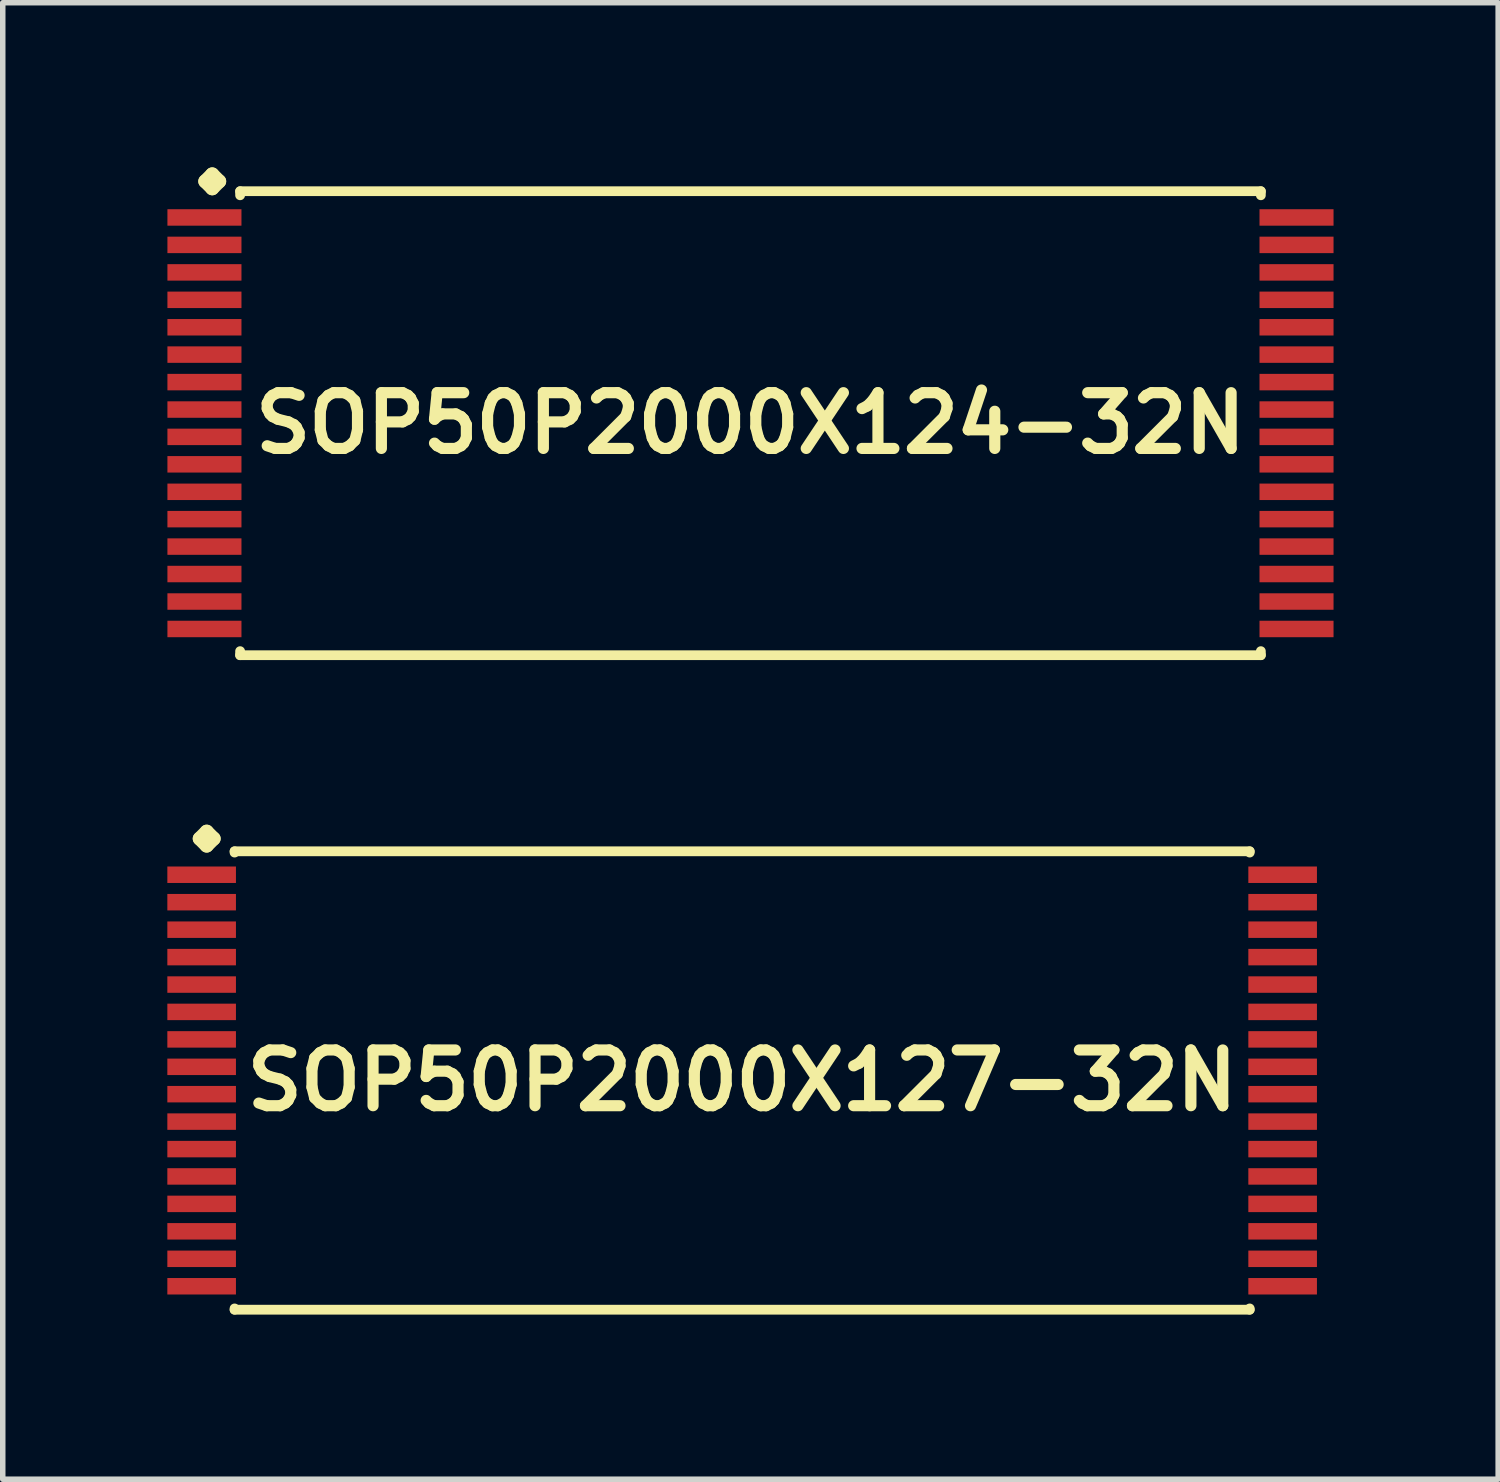
<source format=kicad_pcb>
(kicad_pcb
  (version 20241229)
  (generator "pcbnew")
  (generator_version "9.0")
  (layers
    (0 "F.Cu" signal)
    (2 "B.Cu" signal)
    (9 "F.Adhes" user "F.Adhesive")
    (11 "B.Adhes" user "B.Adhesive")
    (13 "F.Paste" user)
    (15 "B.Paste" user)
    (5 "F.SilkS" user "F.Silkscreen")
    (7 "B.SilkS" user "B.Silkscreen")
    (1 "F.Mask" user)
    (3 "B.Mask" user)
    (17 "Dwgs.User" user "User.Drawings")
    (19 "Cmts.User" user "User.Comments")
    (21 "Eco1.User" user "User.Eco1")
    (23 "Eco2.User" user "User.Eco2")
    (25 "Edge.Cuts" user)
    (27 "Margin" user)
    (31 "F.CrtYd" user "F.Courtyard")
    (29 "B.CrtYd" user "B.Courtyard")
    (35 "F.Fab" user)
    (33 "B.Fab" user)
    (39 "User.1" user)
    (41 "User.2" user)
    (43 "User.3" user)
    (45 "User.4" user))
  (footprint "SOP50P2000X127-32N"
    (layer "F.Cu")
    (at 10.472 16.637)
    (property "Reference" "SOP50P2000X127-32N" (at 0 0 0) (layer "F.SilkS") (effects (font (size 1.016 1.016) (thickness 0.203))))
    (attr smd)
    (fp_line (start -9.883 -4.407) (end -9.756 -4.534) (stroke (width 0.254) (type solid)) (layer "F.SilkS"))
    (fp_line (start -9.756 -4.534) (end -9.629 -4.407) (stroke (width 0.254) (type solid)) (layer "F.SilkS"))
    (fp_line (start -9.756 -4.28) (end -9.883 -4.407) (stroke (width 0.254) (type solid)) (layer "F.SilkS"))
    (fp_line (start -9.629 -4.407) (end -9.756 -4.28) (stroke (width 0.254) (type solid)) (layer "F.SilkS"))
    (fp_line (start -9.248 -4.176) (end 9.248 -4.176) (stroke (width 0.178) (type solid)) (layer "F.SilkS"))
    (fp_line (start -9.248 -4.153) (end -9.248 -4.176) (stroke (width 0.178) (type solid)) (layer "F.SilkS"))
    (fp_line (start -9.248 4.153) (end -9.248 4.176) (stroke (width 0.178) (type solid)) (layer "F.SilkS"))
    (fp_line (start -9.248 4.176) (end 9.248 4.176) (stroke (width 0.178) (type solid)) (layer "F.SilkS"))
    (fp_line (start 9.248 -4.176) (end 9.248 -4.153) (stroke (width 0.178) (type solid)) (layer "F.SilkS"))
    (fp_line (start 9.248 4.176) (end 9.248 4.153) (stroke (width 0.178) (type solid)) (layer "F.SilkS"))
    (pad "1" smd rect (at -9.848 -3.749) (size 1.25 0.3) (layers "F.Cu" "F.Mask" "F.Paste"))
    (pad "2" smd rect (at -9.848 -3.249) (size 1.25 0.3) (layers "F.Cu" "F.Mask" "F.Paste"))
    (pad "3" smd rect (at -9.848 -2.748) (size 1.25 0.3) (layers "F.Cu" "F.Mask" "F.Paste"))
    (pad "4" smd rect (at -9.848 -2.248) (size 1.25 0.3) (layers "F.Cu" "F.Mask" "F.Paste"))
    (pad "5" smd rect (at -9.848 -1.748) (size 1.25 0.3) (layers "F.Cu" "F.Mask" "F.Paste"))
    (pad "6" smd rect (at -9.848 -1.25) (size 1.25 0.3) (layers "F.Cu" "F.Mask" "F.Paste"))
    (pad "7" smd rect (at -9.848 -0.749) (size 1.25 0.3) (layers "F.Cu" "F.Mask" "F.Paste"))
    (pad "8" smd rect (at -9.848 -0.249) (size 1.25 0.3) (layers "F.Cu" "F.Mask" "F.Paste"))
    (pad "9" smd rect (at -9.848 0.249) (size 1.25 0.3) (layers "F.Cu" "F.Mask" "F.Paste"))
    (pad "10" smd rect (at -9.848 0.749) (size 1.25 0.3) (layers "F.Cu" "F.Mask" "F.Paste"))
    (pad "11" smd rect (at -9.848 1.25) (size 1.25 0.3) (layers "F.Cu" "F.Mask" "F.Paste"))
    (pad "12" smd rect (at -9.848 1.748) (size 1.25 0.3) (layers "F.Cu" "F.Mask" "F.Paste"))
    (pad "13" smd rect (at -9.848 2.248) (size 1.25 0.3) (layers "F.Cu" "F.Mask" "F.Paste"))
    (pad "14" smd rect (at -9.848 2.748) (size 1.25 0.3) (layers "F.Cu" "F.Mask" "F.Paste"))
    (pad "15" smd rect (at -9.848 3.249) (size 1.25 0.3) (layers "F.Cu" "F.Mask" "F.Paste"))
    (pad "16" smd rect (at -9.848 3.749) (size 1.25 0.3) (layers "F.Cu" "F.Mask" "F.Paste"))
    (pad "17" smd rect (at 9.848 3.749) (size 1.25 0.3) (layers "F.Cu" "F.Mask" "F.Paste"))
    (pad "18" smd rect (at 9.848 3.249) (size 1.25 0.3) (layers "F.Cu" "F.Mask" "F.Paste"))
    (pad "19" smd rect (at 9.848 2.748) (size 1.25 0.3) (layers "F.Cu" "F.Mask" "F.Paste"))
    (pad "20" smd rect (at 9.848 2.248) (size 1.25 0.3) (layers "F.Cu" "F.Mask" "F.Paste"))
    (pad "21" smd rect (at 9.848 1.748) (size 1.25 0.3) (layers "F.Cu" "F.Mask" "F.Paste"))
    (pad "22" smd rect (at 9.848 1.25) (size 1.25 0.3) (layers "F.Cu" "F.Mask" "F.Paste"))
    (pad "23" smd rect (at 9.848 0.749) (size 1.25 0.3) (layers "F.Cu" "F.Mask" "F.Paste"))
    (pad "24" smd rect (at 9.848 0.249) (size 1.25 0.3) (layers "F.Cu" "F.Mask" "F.Paste"))
    (pad "25" smd rect (at 9.848 -0.249) (size 1.25 0.3) (layers "F.Cu" "F.Mask" "F.Paste"))
    (pad "26" smd rect (at 9.848 -0.749) (size 1.25 0.3) (layers "F.Cu" "F.Mask" "F.Paste"))
    (pad "27" smd rect (at 9.848 -1.25) (size 1.25 0.3) (layers "F.Cu" "F.Mask" "F.Paste"))
    (pad "28" smd rect (at 9.848 -1.748) (size 1.25 0.3) (layers "F.Cu" "F.Mask" "F.Paste"))
    (pad "29" smd rect (at 9.848 -2.248) (size 1.25 0.3) (layers "F.Cu" "F.Mask" "F.Paste"))
    (pad "30" smd rect (at 9.848 -2.748) (size 1.25 0.3) (layers "F.Cu" "F.Mask" "F.Paste"))
    (pad "31" smd rect (at 9.848 -3.249) (size 1.25 0.3) (layers "F.Cu" "F.Mask" "F.Paste"))
    (pad "32" smd rect (at 9.848 -3.749) (size 1.25 0.3) (layers "F.Cu" "F.Mask" "F.Paste")))
  (footprint "SOP50P2000X124-32N"
    (layer "F.Cu")
    (at 10.624 4.661)
    (property "Reference" "SOP50P2000X124-32N" (at 0 0 0) (layer "F.SilkS") (effects (font (size 1.016 1.016) (thickness 0.203))))
    (attr smd)
    (fp_line (start -9.934 -4.407) (end -9.807 -4.534) (stroke (width 0.254) (type solid)) (layer "F.SilkS"))
    (fp_line (start -9.807 -4.534) (end -9.68 -4.407) (stroke (width 0.254) (type solid)) (layer "F.SilkS"))
    (fp_line (start -9.807 -4.28) (end -9.934 -4.407) (stroke (width 0.254) (type solid)) (layer "F.SilkS"))
    (fp_line (start -9.68 -4.407) (end -9.807 -4.28) (stroke (width 0.254) (type solid)) (layer "F.SilkS"))
    (fp_line (start -9.299 -4.227) (end 9.299 -4.227) (stroke (width 0.178) (type solid)) (layer "F.SilkS"))
    (fp_line (start -9.299 -4.153) (end -9.299 -4.227) (stroke (width 0.178) (type solid)) (layer "F.SilkS"))
    (fp_line (start -9.299 4.153) (end -9.299 4.227) (stroke (width 0.178) (type solid)) (layer "F.SilkS"))
    (fp_line (start -9.299 4.227) (end 9.299 4.227) (stroke (width 0.178) (type solid)) (layer "F.SilkS"))
    (fp_line (start 9.299 -4.227) (end 9.299 -4.153) (stroke (width 0.178) (type solid)) (layer "F.SilkS"))
    (fp_line (start 9.299 4.227) (end 9.299 4.153) (stroke (width 0.178) (type solid)) (layer "F.SilkS"))
    (pad "1" smd rect (at -9.949 -3.749) (size 1.349 0.3) (layers "F.Cu" "F.Mask" "F.Paste"))
    (pad "2" smd rect (at -9.949 -3.249) (size 1.349 0.3) (layers "F.Cu" "F.Mask" "F.Paste"))
    (pad "3" smd rect (at -9.949 -2.748) (size 1.349 0.3) (layers "F.Cu" "F.Mask" "F.Paste"))
    (pad "4" smd rect (at -9.949 -2.248) (size 1.349 0.3) (layers "F.Cu" "F.Mask" "F.Paste"))
    (pad "5" smd rect (at -9.949 -1.748) (size 1.349 0.3) (layers "F.Cu" "F.Mask" "F.Paste"))
    (pad "6" smd rect (at -9.949 -1.25) (size 1.349 0.3) (layers "F.Cu" "F.Mask" "F.Paste"))
    (pad "7" smd rect (at -9.949 -0.749) (size 1.349 0.3) (layers "F.Cu" "F.Mask" "F.Paste"))
    (pad "8" smd rect (at -9.949 -0.249) (size 1.349 0.3) (layers "F.Cu" "F.Mask" "F.Paste"))
    (pad "9" smd rect (at -9.949 0.249) (size 1.349 0.3) (layers "F.Cu" "F.Mask" "F.Paste"))
    (pad "10" smd rect (at -9.949 0.749) (size 1.349 0.3) (layers "F.Cu" "F.Mask" "F.Paste"))
    (pad "11" smd rect (at -9.949 1.25) (size 1.349 0.3) (layers "F.Cu" "F.Mask" "F.Paste"))
    (pad "12" smd rect (at -9.949 1.748) (size 1.349 0.3) (layers "F.Cu" "F.Mask" "F.Paste"))
    (pad "13" smd rect (at -9.949 2.248) (size 1.349 0.3) (layers "F.Cu" "F.Mask" "F.Paste"))
    (pad "14" smd rect (at -9.949 2.748) (size 1.349 0.3) (layers "F.Cu" "F.Mask" "F.Paste"))
    (pad "15" smd rect (at -9.949 3.249) (size 1.349 0.3) (layers "F.Cu" "F.Mask" "F.Paste"))
    (pad "16" smd rect (at -9.949 3.749) (size 1.349 0.3) (layers "F.Cu" "F.Mask" "F.Paste"))
    (pad "17" smd rect (at 9.949 3.749) (size 1.349 0.3) (layers "F.Cu" "F.Mask" "F.Paste"))
    (pad "18" smd rect (at 9.949 3.249) (size 1.349 0.3) (layers "F.Cu" "F.Mask" "F.Paste"))
    (pad "19" smd rect (at 9.949 2.748) (size 1.349 0.3) (layers "F.Cu" "F.Mask" "F.Paste"))
    (pad "20" smd rect (at 9.949 2.248) (size 1.349 0.3) (layers "F.Cu" "F.Mask" "F.Paste"))
    (pad "21" smd rect (at 9.949 1.748) (size 1.349 0.3) (layers "F.Cu" "F.Mask" "F.Paste"))
    (pad "22" smd rect (at 9.949 1.25) (size 1.349 0.3) (layers "F.Cu" "F.Mask" "F.Paste"))
    (pad "23" smd rect (at 9.949 0.749) (size 1.349 0.3) (layers "F.Cu" "F.Mask" "F.Paste"))
    (pad "24" smd rect (at 9.949 0.249) (size 1.349 0.3) (layers "F.Cu" "F.Mask" "F.Paste"))
    (pad "25" smd rect (at 9.949 -0.249) (size 1.349 0.3) (layers "F.Cu" "F.Mask" "F.Paste"))
    (pad "26" smd rect (at 9.949 -0.749) (size 1.349 0.3) (layers "F.Cu" "F.Mask" "F.Paste"))
    (pad "27" smd rect (at 9.949 -1.25) (size 1.349 0.3) (layers "F.Cu" "F.Mask" "F.Paste"))
    (pad "28" smd rect (at 9.949 -1.748) (size 1.349 0.3) (layers "F.Cu" "F.Mask" "F.Paste"))
    (pad "29" smd rect (at 9.949 -2.248) (size 1.349 0.3) (layers "F.Cu" "F.Mask" "F.Paste"))
    (pad "30" smd rect (at 9.949 -2.748) (size 1.349 0.3) (layers "F.Cu" "F.Mask" "F.Paste"))
    (pad "31" smd rect (at 9.949 -3.249) (size 1.349 0.3) (layers "F.Cu" "F.Mask" "F.Paste"))
    (pad "32" smd rect (at 9.949 -3.749) (size 1.349 0.3) (layers "F.Cu" "F.Mask" "F.Paste")))
  (gr_rect
    (start -3 -3)
    (end 24.247 23.902)
    (stroke (width 0.1) (type default))
    (fill no)
    (layer "Edge.Cuts")))
</source>
